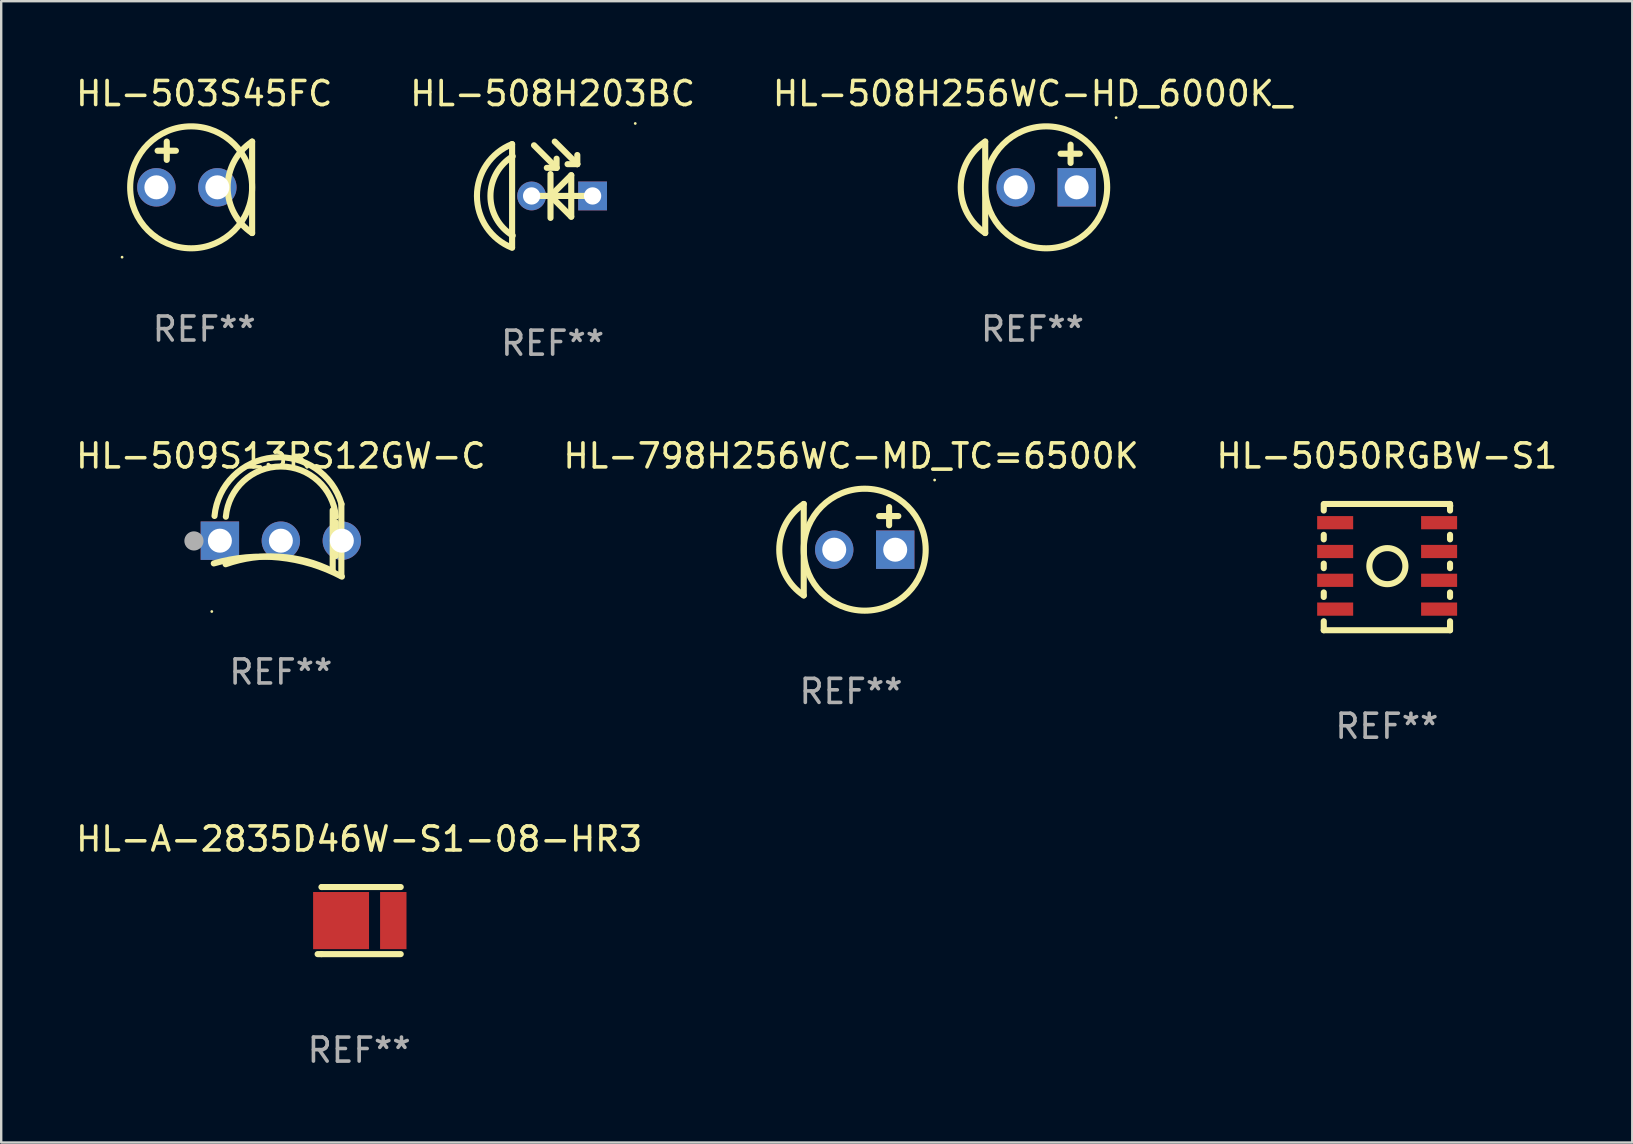
<source format=kicad_pcb>
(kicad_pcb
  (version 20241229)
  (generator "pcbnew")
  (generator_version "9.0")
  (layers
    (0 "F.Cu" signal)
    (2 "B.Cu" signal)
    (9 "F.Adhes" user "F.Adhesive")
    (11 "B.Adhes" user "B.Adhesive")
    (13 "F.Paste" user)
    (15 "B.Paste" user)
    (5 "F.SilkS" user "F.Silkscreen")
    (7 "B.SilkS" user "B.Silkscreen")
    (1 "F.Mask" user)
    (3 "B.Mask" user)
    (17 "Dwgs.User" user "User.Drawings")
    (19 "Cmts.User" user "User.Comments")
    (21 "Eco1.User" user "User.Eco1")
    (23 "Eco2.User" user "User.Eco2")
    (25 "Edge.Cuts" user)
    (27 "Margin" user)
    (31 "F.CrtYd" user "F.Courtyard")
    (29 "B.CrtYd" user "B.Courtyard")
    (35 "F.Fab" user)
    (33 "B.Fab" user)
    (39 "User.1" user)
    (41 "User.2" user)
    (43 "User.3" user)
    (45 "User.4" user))
  (footprint "HL-508H256WC-HD_6000K_"
    (layer "F.Cu")
    (at 39.958 4.753)
    (property "Reference" "HL-508H256WC-HD_6000K_" (at 0 -3.905 0) (layer "F.SilkS") (effects (font (size 1 1) (thickness 0.15))))
    (attr through_hole)
    (fp_line (start -1.97 1.905) (end -1.97 -1.905) (stroke (width 0.254) (type solid)) (layer "F.SilkS"))
    (fp_line (start 1.586 -1.778) (end 1.586 -1.016) (stroke (width 0.254) (type solid)) (layer "F.SilkS"))
    (fp_line (start 1.97 -1.4) (end 1.17 -1.4) (stroke (width 0.254) (type solid)) (layer "F.SilkS"))
    (fp_arc (start -1.970003 1.905) (mid -2.989525 -0.000001) (end -1.970002 -1.905001) (stroke (width 0.254001) (type solid)) (layer "F.SilkS"))
    (fp_circle (center 0.57 0) (end 3.11 0) (stroke (width 0.254) (type solid)) (fill no) (layer "F.SilkS"))
    (fp_circle (center 3.482 -2.901) (end 3.512 -2.901) (stroke (width 0.06) (type solid)) (fill no) (layer "F.SilkS"))
    (fp_text user "REF**" (at 0 5.905 0) (layer "F.Fab") (effects (font (size 1 1) (thickness 0.15))))
    (pad "1" thru_hole rect (at 1.84 0) (size 1.6 1.6) (drill 1) (layers "*.Cu" "*.Mask"))
    (pad "2" thru_hole circle (at -0.7 0) (size 1.6 1.6) (drill 1) (layers "*.Cu" "*.Mask")))
  (footprint "HL-A-2835D46W-S1-08-HR3"
    (layer "F.Cu")
    (at 11.911 35.296)
    (property "Reference" "HL-A-2835D46W-S1-08-HR3" (at 0 -3.397 0) (layer "F.SilkS") (effects (font (size 1 1) (thickness 0.15))))
    (attr through_hole)
    (fp_line (start -1.571 -1.397) (end -1.551 -1.397) (stroke (width 0.254) (type solid)) (layer "F.SilkS"))
    (fp_line (start -1.571 1.397) (end -1.731 1.397) (stroke (width 0.254) (type solid)) (layer "F.SilkS"))
    (fp_line (start -1.551 -1.397) (end 1.731 -1.397) (stroke (width 0.254) (type solid)) (layer "F.SilkS"))
    (fp_line (start 1.731 1.397) (end -1.571 1.397) (stroke (width 0.254) (type solid)) (layer "F.SilkS"))
    (fp_circle (center -1.668 1.4) (end -1.638 1.4) (stroke (width 0.06) (type solid)) (fill no) (layer "F.SilkS"))
    (fp_text user "REF**" (at 0 5.397 0) (layer "F.Fab") (effects (font (size 1 1) (thickness 0.15))))
    (pad "1" smd rect (at -0.754 0 180) (size 2.33 2.38) (layers "F.Cu" "F.Mask" "F.Paste"))
    (pad "2" smd rect (at 1.421 0 180) (size 1.1 2.38) (layers "F.Cu" "F.Mask" "F.Paste")))
  (footprint "HL-798H256WC-MD_TC=6500K"
    (layer "F.Cu")
    (at 32.399 19.847)
    (property "Reference" "HL-798H256WC-MD_TC=6500K" (at 0 -3.905 0) (layer "F.SilkS") (effects (font (size 1 1) (thickness 0.15))))
    (attr through_hole)
    (fp_line (start -1.97 1.905) (end -1.97 -1.905) (stroke (width 0.254) (type solid)) (layer "F.SilkS"))
    (fp_line (start 1.586 -1.778) (end 1.586 -1.016) (stroke (width 0.254) (type solid)) (layer "F.SilkS"))
    (fp_line (start 1.97 -1.4) (end 1.17 -1.4) (stroke (width 0.254) (type solid)) (layer "F.SilkS"))
    (fp_arc (start -1.970003 1.905) (mid -2.989525 -0.000001) (end -1.970002 -1.905001) (stroke (width 0.254001) (type solid)) (layer "F.SilkS"))
    (fp_circle (center 0.57 0) (end 3.11 0) (stroke (width 0.254) (type solid)) (fill no) (layer "F.SilkS"))
    (fp_circle (center 3.482 -2.901) (end 3.512 -2.901) (stroke (width 0.06) (type solid)) (fill no) (layer "F.SilkS"))
    (fp_text user "REF**" (at 0 5.905 0) (layer "F.Fab") (effects (font (size 1 1) (thickness 0.15))))
    (pad "1" thru_hole rect (at 1.84 0) (size 1.6 1.6) (drill 1) (layers "*.Cu" "*.Mask"))
    (pad "2" thru_hole circle (at -0.7 0) (size 1.6 1.6) (drill 1) (layers "*.Cu" "*.Mask")))
  (footprint "HL-5050RGBW-S1"
    (layer "F.Cu")
    (at 54.72 20.572)
    (property "Reference" "HL-5050RGBW-S1" (at 0 -4.63 0) (layer "F.SilkS") (effects (font (size 1 1) (thickness 0.15))))
    (attr through_hole)
    (fp_line (start -2.63 -2.63) (end 2.63 -2.63) (stroke (width 0.254) (type solid)) (layer "F.SilkS"))
    (fp_line (start -2.63 -2.356) (end -2.63 -2.57) (stroke (width 0.254) (type solid)) (layer "F.SilkS"))
    (fp_line (start -2.63 -1.156) (end -2.63 -1.344) (stroke (width 0.254) (type solid)) (layer "F.SilkS"))
    (fp_line (start -2.63 0.044) (end -2.63 -0.144) (stroke (width 0.254) (type solid)) (layer "F.SilkS"))
    (fp_line (start -2.63 1.244) (end -2.63 1.056) (stroke (width 0.254) (type solid)) (layer "F.SilkS"))
    (fp_line (start -2.63 2.63) (end -2.63 2.256) (stroke (width 0.254) (type solid)) (layer "F.SilkS"))
    (fp_line (start 2.63 -2.63) (end 2.63 -2.356) (stroke (width 0.254) (type solid)) (layer "F.SilkS"))
    (fp_line (start 2.63 -1.344) (end 2.63 -1.156) (stroke (width 0.254) (type solid)) (layer "F.SilkS"))
    (fp_line (start 2.63 -0.144) (end 2.63 0.044) (stroke (width 0.254) (type solid)) (layer "F.SilkS"))
    (fp_line (start 2.63 1.056) (end 2.63 1.244) (stroke (width 0.254) (type solid)) (layer "F.SilkS"))
    (fp_line (start 2.63 2.256) (end 2.63 2.63) (stroke (width 0.254) (type solid)) (layer "F.SilkS"))
    (fp_line (start 2.63 2.63) (end -2.63 2.63) (stroke (width 0.254) (type solid)) (layer "F.SilkS"))
    (fp_circle (center 0.02 -0.04) (end 0.771 -0.04) (stroke (width 0.254) (type solid)) (fill no) (layer "F.SilkS"))
    (fp_circle (center 2.71 -2.55) (end 2.74 -2.55) (stroke (width 0.06) (type solid)) (fill no) (layer "F.SilkS"))
    (fp_text user "REF**" (at 0 6.63 0) (layer "F.Fab") (effects (font (size 1 1) (thickness 0.15))))
    (pad "1" smd rect (at 2.175 -1.85) (size 1.5 0.55) (layers "F.Cu" "F.Mask" "F.Paste"))
    (pad "2" smd rect (at -2.155 -1.85) (size 1.5 0.55) (layers "F.Cu" "F.Mask" "F.Paste"))
    (pad "3" smd rect (at 2.175 -0.65) (size 1.5 0.55) (layers "F.Cu" "F.Mask" "F.Paste"))
    (pad "4" smd rect (at -2.155 -0.65) (size 1.5 0.55) (layers "F.Cu" "F.Mask" "F.Paste"))
    (pad "5" smd rect (at 2.175 0.55) (size 1.5 0.55) (layers "F.Cu" "F.Mask" "F.Paste"))
    (pad "6" smd rect (at -2.155 0.55) (size 1.5 0.55) (layers "F.Cu" "F.Mask" "F.Paste"))
    (pad "7" smd rect (at 2.175 1.75) (size 1.5 0.55) (layers "F.Cu" "F.Mask" "F.Paste"))
    (pad "8" smd rect (at -2.155 1.75) (size 1.5 0.55) (layers "F.Cu" "F.Mask" "F.Paste")))
  (footprint "HL-508H203BC"
    (layer "F.Cu")
    (at 19.97 5.047)
    (property "Reference" "HL-508H203BC" (at 0 -4.199 0) (layer "F.SilkS") (effects (font (size 1 1) (thickness 0.15))))
    (attr through_hole)
    (fp_line (start -1.689 -2.094) (end -1.689 2.199) (stroke (width 0.254) (type solid)) (layer "F.SilkS"))
    (fp_line (start -0.776 -2.046) (end 0.164 -1.106) (stroke (width 0.254) (type solid)) (layer "F.SilkS"))
    (fp_line (start -0.089 -0.849) (end -0.089 0.979) (stroke (width 0.254) (type solid)) (layer "F.SilkS"))
    (fp_line (start -0.064 0.04) (end 0.775 -0.799) (stroke (width 0.254) (type solid)) (layer "F.SilkS"))
    (fp_line (start -0.064 0.09) (end -0.089 0.09) (stroke (width 0.254) (type solid)) (layer "F.SilkS"))
    (fp_line (start 0.087 -2.199) (end 1.027 -1.259) (stroke (width 0.254) (type solid)) (layer "F.SilkS"))
    (fp_line (start 0.164 -1.106) (end -0.243 -1.106) (stroke (width 0.254) (type solid)) (layer "F.SilkS"))
    (fp_line (start 0.164 -1.106) (end 0.164 -1.487) (stroke (width 0.254) (type solid)) (layer "F.SilkS"))
    (fp_line (start 0.775 -0.799) (end 0.775 0.929) (stroke (width 0.254) (type solid)) (layer "F.SilkS"))
    (fp_line (start 0.775 0.929) (end -0.064 0.09) (stroke (width 0.254) (type solid)) (layer "F.SilkS"))
    (fp_line (start 1.027 -1.259) (end 0.621 -1.259) (stroke (width 0.254) (type solid)) (layer "F.SilkS"))
    (fp_line (start 1.027 -1.259) (end 1.027 -1.64) (stroke (width 0.254) (type solid)) (layer "F.SilkS"))
    (fp_line (start 1.689 0.065) (end -0.876 0.065) (stroke (width 0.254) (type solid)) (layer "F.SilkS"))
    (fp_arc (start -1.689103 2.224028) (mid -3.152898 0.065024) (end -1.689104 -2.09398) (stroke (width 0.254001) (type solid)) (layer "F.SilkS"))
    (fp_arc (start -1.663703 1.716027) (mid -2.591496 0.065024) (end -1.663703 -1.585979) (stroke (width 0.254001) (type solid)) (layer "F.SilkS"))
    (fp_circle (center 3.441 -2.954) (end 3.471 -2.954) (stroke (width 0.06) (type solid)) (fill no) (layer "F.SilkS"))
    (fp_text user "REF**" (at 0 6.199 0) (layer "F.Fab") (effects (font (size 1 1) (thickness 0.15))))
    (pad "1" thru_hole rect (at 1.664 0.065) (size 1.2 1.2) (drill 0.72) (layers "*.Cu" "*.Mask"))
    (pad "2" thru_hole circle (at -0.876 0.065) (size 1.2 1.2) (drill 0.72) (layers "*.Cu" "*.Mask")))
  (footprint "HL-503S45FC"
    (layer "F.Cu")
    (at 5.458 4.753)
    (property "Reference" "HL-503S45FC" (at 0 -3.905 0) (layer "F.SilkS") (effects (font (size 1 1) (thickness 0.15))))
    (attr through_hole)
    (fp_line (start -1.943 -1.524) (end -1.181 -1.524) (stroke (width 0.254) (type solid)) (layer "F.SilkS"))
    (fp_line (start -1.562 -1.143) (end -1.562 -1.905) (stroke (width 0.254) (type solid)) (layer "F.SilkS"))
    (fp_line (start 1.994 1.905) (end 1.994 -1.905) (stroke (width 0.254) (type solid)) (layer "F.SilkS"))
    (fp_arc (start 1.993899 1.905) (mid 0.974377 0) (end 1.993899 -1.905) (stroke (width 0.254001) (type solid)) (layer "F.SilkS"))
    (fp_circle (center -3.423 2.909) (end -3.393 2.909) (stroke (width 0.06) (type solid)) (fill no) (layer "F.SilkS"))
    (fp_circle (center -0.546 0) (end 1.994 0) (stroke (width 0.254) (type solid)) (fill no) (layer "F.SilkS"))
    (fp_text user "REF**" (at 0 5.905 0) (layer "F.Fab") (effects (font (size 1 1) (thickness 0.15))))
    (pad "1" thru_hole circle (at -1.994 0) (size 1.6 1.6) (drill 1) (layers "*.Cu" "*.Mask"))
    (pad "2" thru_hole circle (at 0.546 0) (size 1.6 1.6) (drill 1) (layers "*.Cu" "*.Mask")))
  (footprint "HL-509S13RS12GW-C"
    (layer "F.Cu")
    (at 8.649 19.442)
    (property "Reference" "HL-509S13RS12GW-C" (at 0 -3.5 0) (layer "F.SilkS") (effects (font (size 1 1) (thickness 0.15))))
    (attr through_hole)
    (fp_line (start 2.159 -1.24) (end 2.159 1.3) (stroke (width 0.254) (type solid)) (layer "F.SilkS"))
    (fp_line (start 2.286 -0.732) (end 2.286 0.665) (stroke (width 0.254) (type solid)) (layer "F.SilkS"))
    (fp_line (start 2.52 -1.5) (end 2.52 1.5) (stroke (width 0.254) (type solid)) (layer "F.SilkS"))
    (fp_arc (start -2.79431 0.976848) (mid -0.072475 0.731584) (end 2.541758 1.52803) (stroke (width 0.254001) (type solid)) (layer "F.SilkS"))
    (fp_arc (start -2.764008 -0.999758) (mid -0.323263 -3.434716) (end 2.525806 -1.493307) (stroke (width 0.254001) (type solid)) (layer "F.SilkS"))
    (fp_arc (start -2.300305 1.010706) (mid -0.043043 0.697773) (end 2.155372 1.297879) (stroke (width 0.254001) (type solid)) (layer "F.SilkS"))
    (fp_arc (start -2.291543 -0.968465) (mid -0.000907 -3.060942) (end 2.290958 -0.969812) (stroke (width 0.254001) (type solid)) (layer "F.SilkS"))
    (fp_circle (center -2.877 2.98) (end -2.847 2.98) (stroke (width 0.06) (type solid)) (fill no) (layer "F.SilkS"))
    (fp_circle (center -3.62 0.04) (end -3.42 0.04) (stroke (width 0.4) (type solid)) (fill no) (layer "F.Fab"))
    (fp_text user "REF**" (at 0 5.5 0) (layer "F.Fab") (effects (font (size 1 1) (thickness 0.15))))
    (pad "1" thru_hole rect (at -2.54 0.03) (size 1.6 1.6) (drill 1) (layers "*.Cu" "*.Mask"))
    (pad "2" thru_hole circle (at 0 0.03) (size 1.6 1.6) (drill 1) (layers "*.Cu" "*.Mask"))
    (pad "3" thru_hole circle (at 2.54 0.03) (size 1.6 1.6) (drill 1) (layers "*.Cu" "*.Mask")))
  (gr_rect
    (start -3 -3)
    (end 64.94 44.541)
    (stroke (width 0.1) (type default))
    (fill no)
    (layer "Edge.Cuts")))
</source>
